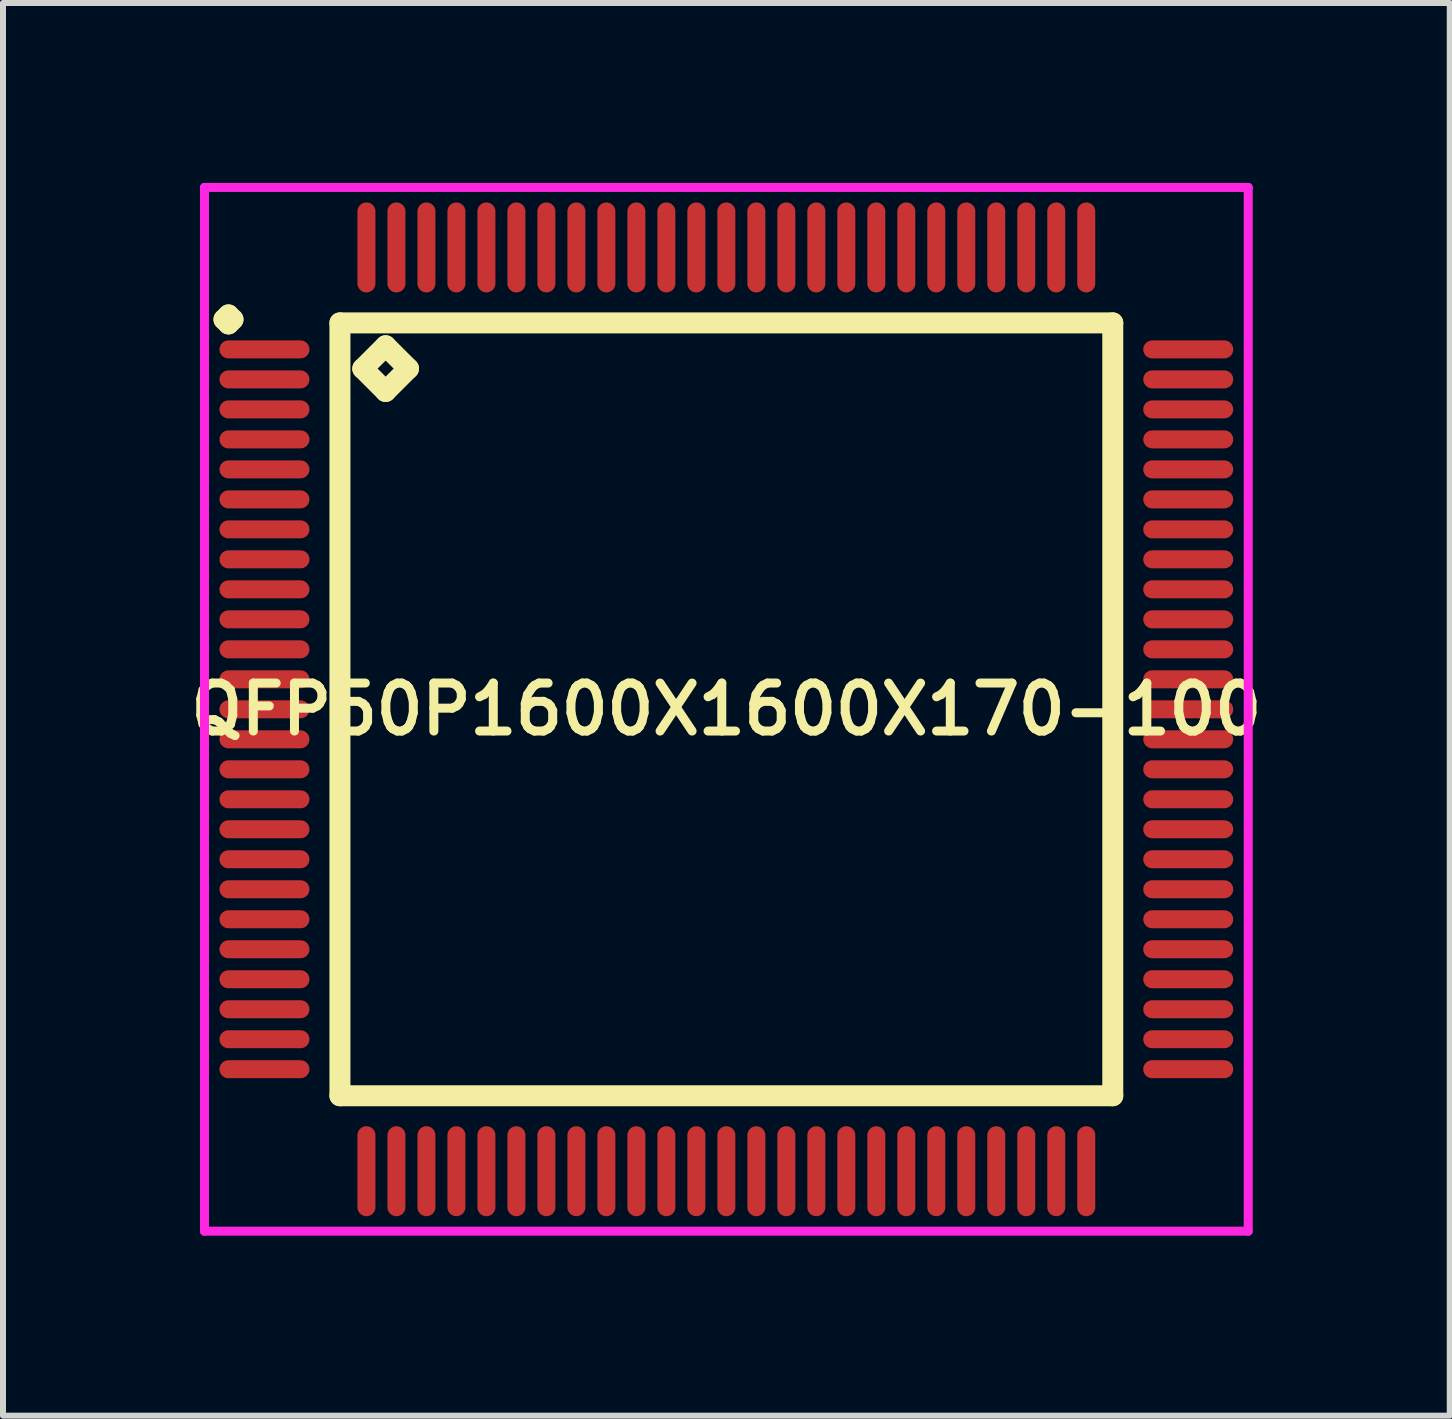
<source format=kicad_pcb>
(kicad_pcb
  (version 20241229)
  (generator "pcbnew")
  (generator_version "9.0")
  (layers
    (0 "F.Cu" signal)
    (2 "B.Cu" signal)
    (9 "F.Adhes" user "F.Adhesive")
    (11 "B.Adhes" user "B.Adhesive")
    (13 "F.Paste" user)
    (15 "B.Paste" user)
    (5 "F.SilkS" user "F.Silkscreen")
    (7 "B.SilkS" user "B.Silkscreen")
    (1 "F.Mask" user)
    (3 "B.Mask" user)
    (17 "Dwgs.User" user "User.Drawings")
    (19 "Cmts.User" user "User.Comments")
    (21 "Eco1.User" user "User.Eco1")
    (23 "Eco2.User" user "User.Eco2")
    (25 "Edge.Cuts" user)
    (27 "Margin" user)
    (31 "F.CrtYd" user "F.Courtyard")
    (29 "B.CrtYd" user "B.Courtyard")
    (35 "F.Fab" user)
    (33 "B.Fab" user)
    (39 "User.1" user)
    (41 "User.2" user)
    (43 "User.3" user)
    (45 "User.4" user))
  (footprint "QFP50P1600X1600X170-100"
    (layer "F.Cu")
    (at 9.059 8.775)
    (property "Reference" "QFP50P1600X1600X170-100" (at 0 0 0) (layer "F.SilkS") (effects (font (size 0.8 0.8) (thickness 0.15))))
    (attr smd)
    (fp_line (start -8.375 -6.5) (end -8.3 -6.575) (stroke (width 0.35) (type solid)) (layer "F.SilkS"))
    (fp_line (start -8.3 -6.575) (end -8.225 -6.5) (stroke (width 0.35) (type solid)) (layer "F.SilkS"))
    (fp_line (start -8.3 -6.425) (end -8.375 -6.5) (stroke (width 0.35) (type solid)) (layer "F.SilkS"))
    (fp_line (start -8.225 -6.5) (end -8.3 -6.425) (stroke (width 0.35) (type solid)) (layer "F.SilkS"))
    (fp_line (start -6.442 -6.442) (end -6.442 6.442) (stroke (width 0.35) (type solid)) (layer "F.SilkS"))
    (fp_line (start -6.442 6.442) (end 6.442 6.442) (stroke (width 0.35) (type solid)) (layer "F.SilkS"))
    (fp_line (start -6.061 -5.68) (end -5.68 -6.061) (stroke (width 0.35) (type solid)) (layer "F.SilkS"))
    (fp_line (start -5.68 -6.061) (end -5.299 -5.68) (stroke (width 0.35) (type solid)) (layer "F.SilkS"))
    (fp_line (start -5.68 -5.299) (end -6.061 -5.68) (stroke (width 0.35) (type solid)) (layer "F.SilkS"))
    (fp_line (start -5.299 -5.68) (end -5.68 -5.299) (stroke (width 0.35) (type solid)) (layer "F.SilkS"))
    (fp_line (start 6.442 -6.442) (end -6.442 -6.442) (stroke (width 0.35) (type solid)) (layer "F.SilkS"))
    (fp_line (start 6.442 6.442) (end 6.442 -6.442) (stroke (width 0.35) (type solid)) (layer "F.SilkS"))
    (fp_line (start -8.7 -8.7) (end 8.7 -8.7) (stroke (width 0.15) (type solid)) (layer "F.CrtYd"))
    (fp_line (start -8.7 8.7) (end -8.7 -8.7) (stroke (width 0.15) (type solid)) (layer "F.CrtYd"))
    (fp_line (start 8.7 -8.7) (end 8.7 8.7) (stroke (width 0.15) (type solid)) (layer "F.CrtYd"))
    (fp_line (start 8.7 8.7) (end -8.7 8.7) (stroke (width 0.15) (type solid)) (layer "F.CrtYd"))
    (pad "1" smd oval (at -7.7 -6) (size 1.5 0.3) (layers "F.Cu" "F.Mask" "F.Paste"))
    (pad "2" smd oval (at -7.7 -5.5) (size 1.5 0.3) (layers "F.Cu" "F.Mask" "F.Paste"))
    (pad "3" smd oval (at -7.7 -5) (size 1.5 0.3) (layers "F.Cu" "F.Mask" "F.Paste"))
    (pad "4" smd oval (at -7.7 -4.5) (size 1.5 0.3) (layers "F.Cu" "F.Mask" "F.Paste"))
    (pad "5" smd oval (at -7.7 -4) (size 1.5 0.3) (layers "F.Cu" "F.Mask" "F.Paste"))
    (pad "6" smd oval (at -7.7 -3.5) (size 1.5 0.3) (layers "F.Cu" "F.Mask" "F.Paste"))
    (pad "7" smd oval (at -7.7 -3) (size 1.5 0.3) (layers "F.Cu" "F.Mask" "F.Paste"))
    (pad "8" smd oval (at -7.7 -2.5) (size 1.5 0.3) (layers "F.Cu" "F.Mask" "F.Paste"))
    (pad "9" smd oval (at -7.7 -2) (size 1.5 0.3) (layers "F.Cu" "F.Mask" "F.Paste"))
    (pad "10" smd oval (at -7.7 -1.5) (size 1.5 0.3) (layers "F.Cu" "F.Mask" "F.Paste"))
    (pad "11" smd oval (at -7.7 -1) (size 1.5 0.3) (layers "F.Cu" "F.Mask" "F.Paste"))
    (pad "12" smd oval (at -7.7 -0.5) (size 1.5 0.3) (layers "F.Cu" "F.Mask" "F.Paste"))
    (pad "13" smd oval (at -7.7 0) (size 1.5 0.3) (layers "F.Cu" "F.Mask" "F.Paste"))
    (pad "14" smd oval (at -7.7 0.5) (size 1.5 0.3) (layers "F.Cu" "F.Mask" "F.Paste"))
    (pad "15" smd oval (at -7.7 1) (size 1.5 0.3) (layers "F.Cu" "F.Mask" "F.Paste"))
    (pad "16" smd oval (at -7.7 1.5) (size 1.5 0.3) (layers "F.Cu" "F.Mask" "F.Paste"))
    (pad "17" smd oval (at -7.7 2) (size 1.5 0.3) (layers "F.Cu" "F.Mask" "F.Paste"))
    (pad "18" smd oval (at -7.7 2.5) (size 1.5 0.3) (layers "F.Cu" "F.Mask" "F.Paste"))
    (pad "19" smd oval (at -7.7 3) (size 1.5 0.3) (layers "F.Cu" "F.Mask" "F.Paste"))
    (pad "20" smd oval (at -7.7 3.5) (size 1.5 0.3) (layers "F.Cu" "F.Mask" "F.Paste"))
    (pad "21" smd oval (at -7.7 4) (size 1.5 0.3) (layers "F.Cu" "F.Mask" "F.Paste"))
    (pad "22" smd oval (at -7.7 4.5) (size 1.5 0.3) (layers "F.Cu" "F.Mask" "F.Paste"))
    (pad "23" smd oval (at -7.7 5) (size 1.5 0.3) (layers "F.Cu" "F.Mask" "F.Paste"))
    (pad "24" smd oval (at -7.7 5.5) (size 1.5 0.3) (layers "F.Cu" "F.Mask" "F.Paste"))
    (pad "25" smd oval (at -7.7 6) (size 1.5 0.3) (layers "F.Cu" "F.Mask" "F.Paste"))
    (pad "26" smd oval (at -6 7.7) (size 0.3 1.5) (layers "F.Cu" "F.Mask" "F.Paste"))
    (pad "27" smd oval (at -5.5 7.7) (size 0.3 1.5) (layers "F.Cu" "F.Mask" "F.Paste"))
    (pad "28" smd oval (at -5 7.7) (size 0.3 1.5) (layers "F.Cu" "F.Mask" "F.Paste"))
    (pad "29" smd oval (at -4.5 7.7) (size 0.3 1.5) (layers "F.Cu" "F.Mask" "F.Paste"))
    (pad "30" smd oval (at -4 7.7) (size 0.3 1.5) (layers "F.Cu" "F.Mask" "F.Paste"))
    (pad "31" smd oval (at -3.5 7.7) (size 0.3 1.5) (layers "F.Cu" "F.Mask" "F.Paste"))
    (pad "32" smd oval (at -3 7.7) (size 0.3 1.5) (layers "F.Cu" "F.Mask" "F.Paste"))
    (pad "33" smd oval (at -2.5 7.7) (size 0.3 1.5) (layers "F.Cu" "F.Mask" "F.Paste"))
    (pad "34" smd oval (at -2 7.7) (size 0.3 1.5) (layers "F.Cu" "F.Mask" "F.Paste"))
    (pad "35" smd oval (at -1.5 7.7) (size 0.3 1.5) (layers "F.Cu" "F.Mask" "F.Paste"))
    (pad "36" smd oval (at -1 7.7) (size 0.3 1.5) (layers "F.Cu" "F.Mask" "F.Paste"))
    (pad "37" smd oval (at -0.5 7.7) (size 0.3 1.5) (layers "F.Cu" "F.Mask" "F.Paste"))
    (pad "38" smd oval (at 0 7.7) (size 0.3 1.5) (layers "F.Cu" "F.Mask" "F.Paste"))
    (pad "39" smd oval (at 0.5 7.7) (size 0.3 1.5) (layers "F.Cu" "F.Mask" "F.Paste"))
    (pad "40" smd oval (at 1 7.7) (size 0.3 1.5) (layers "F.Cu" "F.Mask" "F.Paste"))
    (pad "41" smd oval (at 1.5 7.7) (size 0.3 1.5) (layers "F.Cu" "F.Mask" "F.Paste"))
    (pad "42" smd oval (at 2 7.7) (size 0.3 1.5) (layers "F.Cu" "F.Mask" "F.Paste"))
    (pad "43" smd oval (at 2.5 7.7) (size 0.3 1.5) (layers "F.Cu" "F.Mask" "F.Paste"))
    (pad "44" smd oval (at 3 7.7) (size 0.3 1.5) (layers "F.Cu" "F.Mask" "F.Paste"))
    (pad "45" smd oval (at 3.5 7.7) (size 0.3 1.5) (layers "F.Cu" "F.Mask" "F.Paste"))
    (pad "46" smd oval (at 4 7.7) (size 0.3 1.5) (layers "F.Cu" "F.Mask" "F.Paste"))
    (pad "47" smd oval (at 4.5 7.7) (size 0.3 1.5) (layers "F.Cu" "F.Mask" "F.Paste"))
    (pad "48" smd oval (at 5 7.7) (size 0.3 1.5) (layers "F.Cu" "F.Mask" "F.Paste"))
    (pad "49" smd oval (at 5.5 7.7) (size 0.3 1.5) (layers "F.Cu" "F.Mask" "F.Paste"))
    (pad "50" smd oval (at 6 7.7) (size 0.3 1.5) (layers "F.Cu" "F.Mask" "F.Paste"))
    (pad "51" smd oval (at 7.7 6) (size 1.5 0.3) (layers "F.Cu" "F.Mask" "F.Paste"))
    (pad "52" smd oval (at 7.7 5.5) (size 1.5 0.3) (layers "F.Cu" "F.Mask" "F.Paste"))
    (pad "53" smd oval (at 7.7 5) (size 1.5 0.3) (layers "F.Cu" "F.Mask" "F.Paste"))
    (pad "54" smd oval (at 7.7 4.5) (size 1.5 0.3) (layers "F.Cu" "F.Mask" "F.Paste"))
    (pad "55" smd oval (at 7.7 4) (size 1.5 0.3) (layers "F.Cu" "F.Mask" "F.Paste"))
    (pad "56" smd oval (at 7.7 3.5) (size 1.5 0.3) (layers "F.Cu" "F.Mask" "F.Paste"))
    (pad "57" smd oval (at 7.7 3) (size 1.5 0.3) (layers "F.Cu" "F.Mask" "F.Paste"))
    (pad "58" smd oval (at 7.7 2.5) (size 1.5 0.3) (layers "F.Cu" "F.Mask" "F.Paste"))
    (pad "59" smd oval (at 7.7 2) (size 1.5 0.3) (layers "F.Cu" "F.Mask" "F.Paste"))
    (pad "60" smd oval (at 7.7 1.5) (size 1.5 0.3) (layers "F.Cu" "F.Mask" "F.Paste"))
    (pad "61" smd oval (at 7.7 1) (size 1.5 0.3) (layers "F.Cu" "F.Mask" "F.Paste"))
    (pad "62" smd oval (at 7.7 0.5) (size 1.5 0.3) (layers "F.Cu" "F.Mask" "F.Paste"))
    (pad "63" smd oval (at 7.7 0) (size 1.5 0.3) (layers "F.Cu" "F.Mask" "F.Paste"))
    (pad "64" smd oval (at 7.7 -0.5) (size 1.5 0.3) (layers "F.Cu" "F.Mask" "F.Paste"))
    (pad "65" smd oval (at 7.7 -1) (size 1.5 0.3) (layers "F.Cu" "F.Mask" "F.Paste"))
    (pad "66" smd oval (at 7.7 -1.5) (size 1.5 0.3) (layers "F.Cu" "F.Mask" "F.Paste"))
    (pad "67" smd oval (at 7.7 -2) (size 1.5 0.3) (layers "F.Cu" "F.Mask" "F.Paste"))
    (pad "68" smd oval (at 7.7 -2.5) (size 1.5 0.3) (layers "F.Cu" "F.Mask" "F.Paste"))
    (pad "69" smd oval (at 7.7 -3) (size 1.5 0.3) (layers "F.Cu" "F.Mask" "F.Paste"))
    (pad "70" smd oval (at 7.7 -3.5) (size 1.5 0.3) (layers "F.Cu" "F.Mask" "F.Paste"))
    (pad "71" smd oval (at 7.7 -4) (size 1.5 0.3) (layers "F.Cu" "F.Mask" "F.Paste"))
    (pad "72" smd oval (at 7.7 -4.5) (size 1.5 0.3) (layers "F.Cu" "F.Mask" "F.Paste"))
    (pad "73" smd oval (at 7.7 -5) (size 1.5 0.3) (layers "F.Cu" "F.Mask" "F.Paste"))
    (pad "74" smd oval (at 7.7 -5.5) (size 1.5 0.3) (layers "F.Cu" "F.Mask" "F.Paste"))
    (pad "75" smd oval (at 7.7 -6) (size 1.5 0.3) (layers "F.Cu" "F.Mask" "F.Paste"))
    (pad "76" smd oval (at 6 -7.7) (size 0.3 1.5) (layers "F.Cu" "F.Mask" "F.Paste"))
    (pad "77" smd oval (at 5.5 -7.7) (size 0.3 1.5) (layers "F.Cu" "F.Mask" "F.Paste"))
    (pad "78" smd oval (at 5 -7.7) (size 0.3 1.5) (layers "F.Cu" "F.Mask" "F.Paste"))
    (pad "79" smd oval (at 4.5 -7.7) (size 0.3 1.5) (layers "F.Cu" "F.Mask" "F.Paste"))
    (pad "80" smd oval (at 4 -7.7) (size 0.3 1.5) (layers "F.Cu" "F.Mask" "F.Paste"))
    (pad "81" smd oval (at 3.5 -7.7) (size 0.3 1.5) (layers "F.Cu" "F.Mask" "F.Paste"))
    (pad "82" smd oval (at 3 -7.7) (size 0.3 1.5) (layers "F.Cu" "F.Mask" "F.Paste"))
    (pad "83" smd oval (at 2.5 -7.7) (size 0.3 1.5) (layers "F.Cu" "F.Mask" "F.Paste"))
    (pad "84" smd oval (at 2 -7.7) (size 0.3 1.5) (layers "F.Cu" "F.Mask" "F.Paste"))
    (pad "85" smd oval (at 1.5 -7.7) (size 0.3 1.5) (layers "F.Cu" "F.Mask" "F.Paste"))
    (pad "86" smd oval (at 1 -7.7) (size 0.3 1.5) (layers "F.Cu" "F.Mask" "F.Paste"))
    (pad "87" smd oval (at 0.5 -7.7) (size 0.3 1.5) (layers "F.Cu" "F.Mask" "F.Paste"))
    (pad "88" smd oval (at 0 -7.7) (size 0.3 1.5) (layers "F.Cu" "F.Mask" "F.Paste"))
    (pad "89" smd oval (at -0.5 -7.7) (size 0.3 1.5) (layers "F.Cu" "F.Mask" "F.Paste"))
    (pad "90" smd oval (at -1 -7.7) (size 0.3 1.5) (layers "F.Cu" "F.Mask" "F.Paste"))
    (pad "91" smd oval (at -1.5 -7.7) (size 0.3 1.5) (layers "F.Cu" "F.Mask" "F.Paste"))
    (pad "92" smd oval (at -2 -7.7) (size 0.3 1.5) (layers "F.Cu" "F.Mask" "F.Paste"))
    (pad "93" smd oval (at -2.5 -7.7) (size 0.3 1.5) (layers "F.Cu" "F.Mask" "F.Paste"))
    (pad "94" smd oval (at -3 -7.7) (size 0.3 1.5) (layers "F.Cu" "F.Mask" "F.Paste"))
    (pad "95" smd oval (at -3.5 -7.7) (size 0.3 1.5) (layers "F.Cu" "F.Mask" "F.Paste"))
    (pad "96" smd oval (at -4 -7.7) (size 0.3 1.5) (layers "F.Cu" "F.Mask" "F.Paste"))
    (pad "97" smd oval (at -4.5 -7.7) (size 0.3 1.5) (layers "F.Cu" "F.Mask" "F.Paste"))
    (pad "98" smd oval (at -5 -7.7) (size 0.3 1.5) (layers "F.Cu" "F.Mask" "F.Paste"))
    (pad "99" smd oval (at -5.5 -7.7) (size 0.3 1.5) (layers "F.Cu" "F.Mask" "F.Paste"))
    (pad "100" smd oval (at -6 -7.7) (size 0.3 1.5) (layers "F.Cu" "F.Mask" "F.Paste")))
  (gr_rect
    (start -3 -3)
    (end 21.119 20.55)
    (stroke (width 0.1) (type default))
    (fill no)
    (layer "Edge.Cuts")))
</source>
